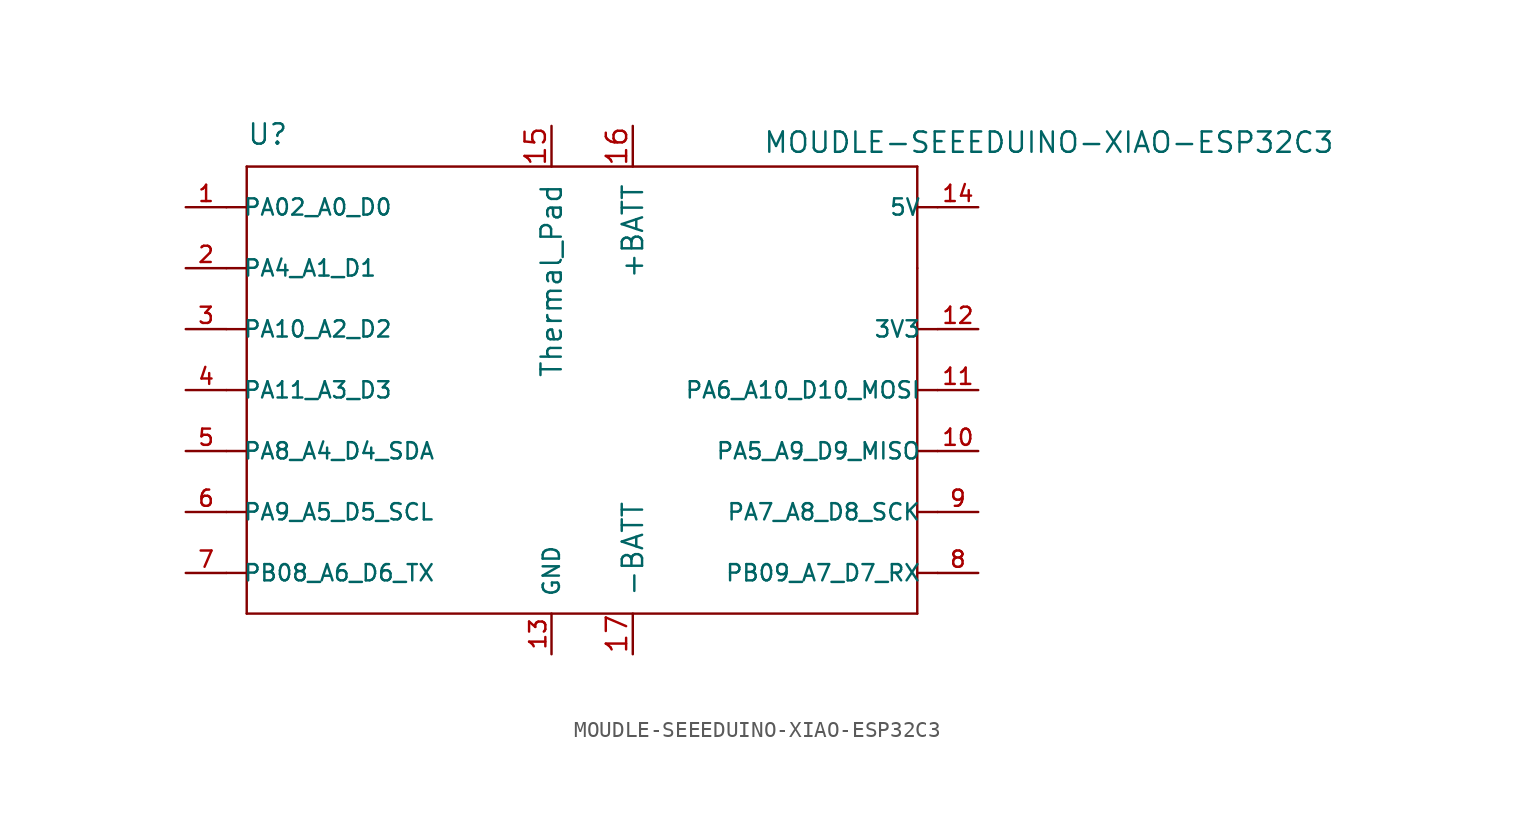
<source format=kicad_sym>
(kicad_symbol_lib
  (version 20241209)
  (generator "kicad_symbol_editor")
  (generator_version "9.0")
  (symbol "MOUDLE-SEEEDUINO-XIAO-ESP32C3"
    (pin_names
      (offset 1.016))
    (property "Reference" "U"
      (at -21.59 15.24 0)
      (effects (font (size 1.27 1.27)) (justify left bottom)))
    (property "Value" "MOUDLE-SEEEDUINO-XIAO-ESP32C3"
      (at 10.668 14.732 0)
      (effects (font (size 1.27 1.27)) (justify left bottom)))
    (symbol "MOUDLE-SEEEDUINO-XIAO-ESP32C3_0_0"
      (polyline (pts (xy -21.59 13.97) (xy 20.32 13.97)) (stroke (width 0.152) (type default)) (fill (type none)))
      (polyline (pts (xy -21.59 11.43) (xy -22.86 11.43)) (stroke (width 0.152) (type default)) (fill (type none)))
      (polyline (pts (xy -21.59 11.43) (xy -21.59 13.97)) (stroke (width 0.152) (type default)) (fill (type none)))
      (polyline (pts (xy -21.59 7.62) (xy -22.86 7.62)) (stroke (width 0.152) (type default)) (fill (type none)))
      (polyline (pts (xy -21.59 7.62) (xy -21.59 11.43)) (stroke (width 0.152) (type default)) (fill (type none)))
      (polyline (pts (xy -21.59 3.81) (xy -22.86 3.81)) (stroke (width 0.152) (type default)) (fill (type none)))
      (polyline (pts (xy -21.59 3.81) (xy -21.59 7.62)) (stroke (width 0.152) (type default)) (fill (type none)))
      (polyline (pts (xy -21.59 0) (xy -22.86 0)) (stroke (width 0.152) (type default)) (fill (type none)))
      (polyline (pts (xy -21.59 0) (xy -21.59 3.81)) (stroke (width 0.152) (type default)) (fill (type none)))
      (polyline (pts (xy -21.59 -3.81) (xy -22.86 -3.81)) (stroke (width 0.152) (type default)) (fill (type none)))
      (polyline (pts (xy -21.59 -7.62) (xy -22.86 -7.62)) (stroke (width 0.152) (type default)) (fill (type none)))
      (polyline (pts (xy -21.59 -11.43) (xy -22.86 -11.43)) (stroke (width 0.152) (type default)) (fill (type none)))
      (polyline (pts (xy -21.59 -13.97) (xy -21.59 0)) (stroke (width 0.152) (type default)) (fill (type none)))
      (polyline (pts (xy 20.32 13.97) (xy 20.32 11.43)) (stroke (width 0.152) (type default)) (fill (type none)))
      (polyline (pts (xy 20.32 11.43) (xy 20.32 7.62)) (stroke (width 0.152) (type default)) (fill (type none)))
      (polyline (pts (xy 20.32 7.62) (xy 20.32 3.81)) (stroke (width 0.152) (type default)) (fill (type none)))
      (polyline (pts (xy 20.32 3.81) (xy 20.32 -13.97)) (stroke (width 0.152) (type default)) (fill (type none)))
      (polyline (pts (xy 20.32 -13.97) (xy -21.59 -13.97)) (stroke (width 0.152) (type default)) (fill (type none)))
      (polyline (pts (xy 21.59 11.43) (xy 20.32 11.43)) (stroke (width 0.152) (type default)) (fill (type none)))
      (polyline (pts (xy 21.59 3.81) (xy 20.32 3.81)) (stroke (width 0.152) (type default)) (fill (type none)))
      (polyline (pts (xy 21.59 0) (xy 20.32 0)) (stroke (width 0.152) (type default)) (fill (type none)))
      (polyline (pts (xy 21.59 -3.81) (xy 20.32 -3.81)) (stroke (width 0.152) (type default)) (fill (type none)))
      (polyline (pts (xy 21.59 -7.62) (xy 20.32 -7.62)) (stroke (width 0.152) (type default)) (fill (type none)))
      (polyline (pts (xy 21.59 -11.43) (xy 20.32 -11.43)) (stroke (width 0.152) (type default)) (fill (type none)))
      (pin bidirectional line (at -25.4 11.43 0) (length 2.54) (name "PA02_A0_D0" (effects (font (size 1.016 1.016)))) (number "1" (effects (font (size 1.016 1.016)))))
      (pin bidirectional line (at -25.4 7.62 0) (length 2.54) (name "PA4_A1_D1" (effects (font (size 1.016 1.016)))) (number "2" (effects (font (size 1.016 1.016)))))
      (pin bidirectional line (at -25.4 3.81 0) (length 2.54) (name "PA10_A2_D2" (effects (font (size 1.016 1.016)))) (number "3" (effects (font (size 1.016 1.016)))))
      (pin bidirectional line (at -25.4 0 0) (length 2.54) (name "PA11_A3_D3" (effects (font (size 1.016 1.016)))) (number "4" (effects (font (size 1.016 1.016)))))
      (pin bidirectional line (at -25.4 -3.81 0) (length 2.54) (name "PA8_A4_D4_SDA" (effects (font (size 1.016 1.016)))) (number "5" (effects (font (size 1.016 1.016)))))
      (pin bidirectional line (at -25.4 -7.62 0) (length 2.54) (name "PA9_A5_D5_SCL" (effects (font (size 1.016 1.016)))) (number "6" (effects (font (size 1.016 1.016)))))
      (pin bidirectional line (at -25.4 -11.43 0) (length 2.54) (name "PB08_A6_D6_TX" (effects (font (size 1.016 1.016)))) (number "7" (effects (font (size 1.016 1.016)))))
      (pin bidirectional line (at -2.54 16.51 270) (length 2.54) (name "Thermal_Pad" (effects (font (size 1.27 1.27)))) (number "15" (effects (font (size 1.27 1.27)))))
      (pin bidirectional line (at -2.54 -16.51 90) (length 2.54) (name "GND" (effects (font (size 1.016 1.016)))) (number "13" (effects (font (size 1.016 1.016)))))
      (pin bidirectional line (at 2.54 16.51 270) (length 2.54) (name "+BATT" (effects (font (size 1.27 1.27)))) (number "16" (effects (font (size 1.27 1.27)))))
      (pin bidirectional line (at 2.54 -16.51 90) (length 2.54) (name "-BATT" (effects (font (size 1.27 1.27)))) (number "17" (effects (font (size 1.27 1.27)))))
      (pin bidirectional line (at 24.13 11.43 180) (length 2.54) (name "5V" (effects (font (size 1.016 1.016)))) (number "14" (effects (font (size 1.016 1.016)))))
      (pin bidirectional line (at 24.13 3.81 180) (length 2.54) (name "3V3" (effects (font (size 1.016 1.016)))) (number "12" (effects (font (size 1.016 1.016)))))
      (pin bidirectional line (at 24.13 0 180) (length 2.54) (name "PA6_A10_D10_MOSI" (effects (font (size 1.016 1.016)))) (number "11" (effects (font (size 1.016 1.016)))))
      (pin bidirectional line (at 24.13 -3.81 180) (length 2.54) (name "PA5_A9_D9_MISO" (effects (font (size 1.016 1.016)))) (number "10" (effects (font (size 1.016 1.016)))))
      (pin bidirectional line (at 24.13 -7.62 180) (length 2.54) (name "PA7_A8_D8_SCK" (effects (font (size 1.016 1.016)))) (number "9" (effects (font (size 1.016 1.016)))))
      (pin bidirectional line (at 24.13 -11.43 180) (length 2.54) (name "PB09_A7_D7_RX" (effects (font (size 1.016 1.016)))) (number "8" (effects (font (size 1.016 1.016))))))))
</source>
